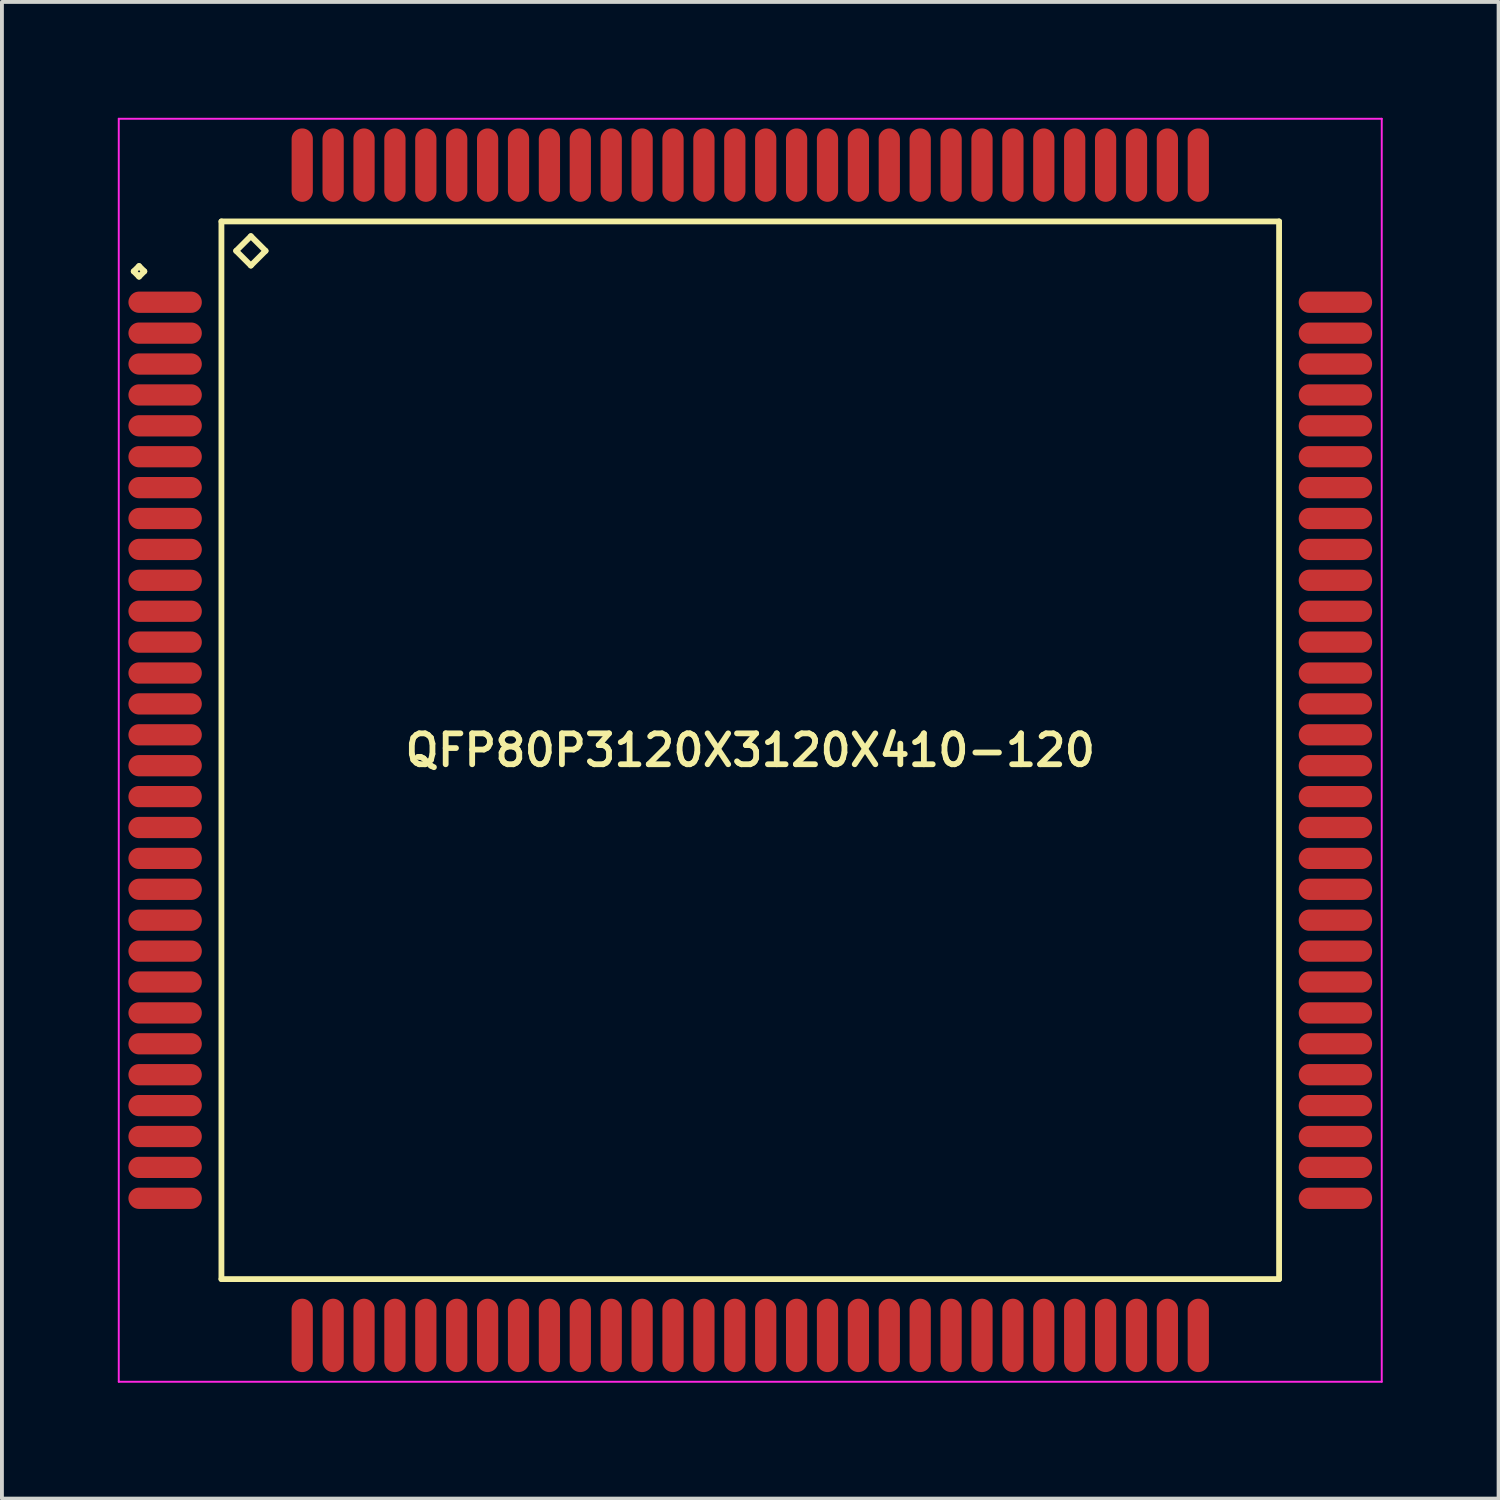
<source format=kicad_pcb>
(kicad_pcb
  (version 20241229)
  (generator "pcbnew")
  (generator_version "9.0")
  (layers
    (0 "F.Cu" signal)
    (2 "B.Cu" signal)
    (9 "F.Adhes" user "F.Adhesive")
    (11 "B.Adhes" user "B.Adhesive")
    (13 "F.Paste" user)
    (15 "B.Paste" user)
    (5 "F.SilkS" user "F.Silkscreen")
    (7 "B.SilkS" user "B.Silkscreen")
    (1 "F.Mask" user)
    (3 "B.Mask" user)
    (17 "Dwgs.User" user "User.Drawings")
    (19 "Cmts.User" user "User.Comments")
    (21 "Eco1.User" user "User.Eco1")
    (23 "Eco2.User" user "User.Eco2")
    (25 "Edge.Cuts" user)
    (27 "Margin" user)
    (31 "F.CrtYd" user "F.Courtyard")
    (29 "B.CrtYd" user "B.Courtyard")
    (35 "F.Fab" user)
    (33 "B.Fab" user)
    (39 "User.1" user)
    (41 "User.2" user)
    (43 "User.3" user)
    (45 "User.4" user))
  (footprint "QFP80P3120X3120X410-120"
    (layer "F.Cu")
    (at 16.375 16.375)
    (property "Reference" "QFP80P3120X3120X410-120" (at 0 0 0) (layer "F.SilkS") (effects (font (size 0.8 0.8) (thickness 0.15))))
    (attr smd)
    (fp_line (start -15.963 -12.4) (end -15.825 -12.537) (stroke (width 0.15) (type solid)) (layer "F.SilkS"))
    (fp_line (start -15.825 -12.537) (end -15.688 -12.4) (stroke (width 0.15) (type solid)) (layer "F.SilkS"))
    (fp_line (start -15.825 -12.262) (end -15.963 -12.4) (stroke (width 0.15) (type solid)) (layer "F.SilkS"))
    (fp_line (start -15.688 -12.4) (end -15.825 -12.262) (stroke (width 0.15) (type solid)) (layer "F.SilkS"))
    (fp_line (start -13.692 -13.692) (end -13.692 13.692) (stroke (width 0.15) (type solid)) (layer "F.SilkS"))
    (fp_line (start -13.692 13.692) (end 13.692 13.692) (stroke (width 0.15) (type solid)) (layer "F.SilkS"))
    (fp_line (start -13.311 -12.93) (end -12.93 -13.311) (stroke (width 0.15) (type solid)) (layer "F.SilkS"))
    (fp_line (start -12.93 -13.311) (end -12.549 -12.93) (stroke (width 0.15) (type solid)) (layer "F.SilkS"))
    (fp_line (start -12.93 -12.549) (end -13.311 -12.93) (stroke (width 0.15) (type solid)) (layer "F.SilkS"))
    (fp_line (start -12.549 -12.93) (end -12.93 -12.549) (stroke (width 0.15) (type solid)) (layer "F.SilkS"))
    (fp_line (start 13.692 -13.692) (end -13.692 -13.692) (stroke (width 0.15) (type solid)) (layer "F.SilkS"))
    (fp_line (start 13.692 13.692) (end 13.692 -13.692) (stroke (width 0.15) (type solid)) (layer "F.SilkS"))
    (fp_line (start -16.35 -16.35) (end 16.35 -16.35) (stroke (width 0.05) (type solid)) (layer "F.CrtYd"))
    (fp_line (start -16.35 16.35) (end -16.35 -16.35) (stroke (width 0.05) (type solid)) (layer "F.CrtYd"))
    (fp_line (start 16.35 -16.35) (end 16.35 16.35) (stroke (width 0.05) (type solid)) (layer "F.CrtYd"))
    (fp_line (start 16.35 16.35) (end -16.35 16.35) (stroke (width 0.05) (type solid)) (layer "F.CrtYd"))
    (pad "1" smd oval (at -15.15 -11.6) (size 1.9 0.55) (layers "F.Cu" "F.Mask" "F.Paste"))
    (pad "2" smd oval (at -15.15 -10.8) (size 1.9 0.55) (layers "F.Cu" "F.Mask" "F.Paste"))
    (pad "3" smd oval (at -15.15 -10) (size 1.9 0.55) (layers "F.Cu" "F.Mask" "F.Paste"))
    (pad "4" smd oval (at -15.15 -9.2) (size 1.9 0.55) (layers "F.Cu" "F.Mask" "F.Paste"))
    (pad "5" smd oval (at -15.15 -8.4) (size 1.9 0.55) (layers "F.Cu" "F.Mask" "F.Paste"))
    (pad "6" smd oval (at -15.15 -7.6) (size 1.9 0.55) (layers "F.Cu" "F.Mask" "F.Paste"))
    (pad "7" smd oval (at -15.15 -6.8) (size 1.9 0.55) (layers "F.Cu" "F.Mask" "F.Paste"))
    (pad "8" smd oval (at -15.15 -6) (size 1.9 0.55) (layers "F.Cu" "F.Mask" "F.Paste"))
    (pad "9" smd oval (at -15.15 -5.2) (size 1.9 0.55) (layers "F.Cu" "F.Mask" "F.Paste"))
    (pad "10" smd oval (at -15.15 -4.4) (size 1.9 0.55) (layers "F.Cu" "F.Mask" "F.Paste"))
    (pad "11" smd oval (at -15.15 -3.6) (size 1.9 0.55) (layers "F.Cu" "F.Mask" "F.Paste"))
    (pad "12" smd oval (at -15.15 -2.8) (size 1.9 0.55) (layers "F.Cu" "F.Mask" "F.Paste"))
    (pad "13" smd oval (at -15.15 -2) (size 1.9 0.55) (layers "F.Cu" "F.Mask" "F.Paste"))
    (pad "14" smd oval (at -15.15 -1.2) (size 1.9 0.55) (layers "F.Cu" "F.Mask" "F.Paste"))
    (pad "15" smd oval (at -15.15 -0.4) (size 1.9 0.55) (layers "F.Cu" "F.Mask" "F.Paste"))
    (pad "16" smd oval (at -15.15 0.4) (size 1.9 0.55) (layers "F.Cu" "F.Mask" "F.Paste"))
    (pad "17" smd oval (at -15.15 1.2) (size 1.9 0.55) (layers "F.Cu" "F.Mask" "F.Paste"))
    (pad "18" smd oval (at -15.15 2) (size 1.9 0.55) (layers "F.Cu" "F.Mask" "F.Paste"))
    (pad "19" smd oval (at -15.15 2.8) (size 1.9 0.55) (layers "F.Cu" "F.Mask" "F.Paste"))
    (pad "20" smd oval (at -15.15 3.6) (size 1.9 0.55) (layers "F.Cu" "F.Mask" "F.Paste"))
    (pad "21" smd oval (at -15.15 4.4) (size 1.9 0.55) (layers "F.Cu" "F.Mask" "F.Paste"))
    (pad "22" smd oval (at -15.15 5.2) (size 1.9 0.55) (layers "F.Cu" "F.Mask" "F.Paste"))
    (pad "23" smd oval (at -15.15 6) (size 1.9 0.55) (layers "F.Cu" "F.Mask" "F.Paste"))
    (pad "24" smd oval (at -15.15 6.8) (size 1.9 0.55) (layers "F.Cu" "F.Mask" "F.Paste"))
    (pad "25" smd oval (at -15.15 7.6) (size 1.9 0.55) (layers "F.Cu" "F.Mask" "F.Paste"))
    (pad "26" smd oval (at -15.15 8.4) (size 1.9 0.55) (layers "F.Cu" "F.Mask" "F.Paste"))
    (pad "27" smd oval (at -15.15 9.2) (size 1.9 0.55) (layers "F.Cu" "F.Mask" "F.Paste"))
    (pad "28" smd oval (at -15.15 10) (size 1.9 0.55) (layers "F.Cu" "F.Mask" "F.Paste"))
    (pad "29" smd oval (at -15.15 10.8) (size 1.9 0.55) (layers "F.Cu" "F.Mask" "F.Paste"))
    (pad "30" smd oval (at -15.15 11.6) (size 1.9 0.55) (layers "F.Cu" "F.Mask" "F.Paste"))
    (pad "31" smd oval (at -11.6 15.15) (size 0.55 1.9) (layers "F.Cu" "F.Mask" "F.Paste"))
    (pad "32" smd oval (at -10.8 15.15) (size 0.55 1.9) (layers "F.Cu" "F.Mask" "F.Paste"))
    (pad "33" smd oval (at -10 15.15) (size 0.55 1.9) (layers "F.Cu" "F.Mask" "F.Paste"))
    (pad "34" smd oval (at -9.2 15.15) (size 0.55 1.9) (layers "F.Cu" "F.Mask" "F.Paste"))
    (pad "35" smd oval (at -8.4 15.15) (size 0.55 1.9) (layers "F.Cu" "F.Mask" "F.Paste"))
    (pad "36" smd oval (at -7.6 15.15) (size 0.55 1.9) (layers "F.Cu" "F.Mask" "F.Paste"))
    (pad "37" smd oval (at -6.8 15.15) (size 0.55 1.9) (layers "F.Cu" "F.Mask" "F.Paste"))
    (pad "38" smd oval (at -6 15.15) (size 0.55 1.9) (layers "F.Cu" "F.Mask" "F.Paste"))
    (pad "39" smd oval (at -5.2 15.15) (size 0.55 1.9) (layers "F.Cu" "F.Mask" "F.Paste"))
    (pad "40" smd oval (at -4.4 15.15) (size 0.55 1.9) (layers "F.Cu" "F.Mask" "F.Paste"))
    (pad "41" smd oval (at -3.6 15.15) (size 0.55 1.9) (layers "F.Cu" "F.Mask" "F.Paste"))
    (pad "42" smd oval (at -2.8 15.15) (size 0.55 1.9) (layers "F.Cu" "F.Mask" "F.Paste"))
    (pad "43" smd oval (at -2 15.15) (size 0.55 1.9) (layers "F.Cu" "F.Mask" "F.Paste"))
    (pad "44" smd oval (at -1.2 15.15) (size 0.55 1.9) (layers "F.Cu" "F.Mask" "F.Paste"))
    (pad "45" smd oval (at -0.4 15.15) (size 0.55 1.9) (layers "F.Cu" "F.Mask" "F.Paste"))
    (pad "46" smd oval (at 0.4 15.15) (size 0.55 1.9) (layers "F.Cu" "F.Mask" "F.Paste"))
    (pad "47" smd oval (at 1.2 15.15) (size 0.55 1.9) (layers "F.Cu" "F.Mask" "F.Paste"))
    (pad "48" smd oval (at 2 15.15) (size 0.55 1.9) (layers "F.Cu" "F.Mask" "F.Paste"))
    (pad "49" smd oval (at 2.8 15.15) (size 0.55 1.9) (layers "F.Cu" "F.Mask" "F.Paste"))
    (pad "50" smd oval (at 3.6 15.15) (size 0.55 1.9) (layers "F.Cu" "F.Mask" "F.Paste"))
    (pad "51" smd oval (at 4.4 15.15) (size 0.55 1.9) (layers "F.Cu" "F.Mask" "F.Paste"))
    (pad "52" smd oval (at 5.2 15.15) (size 0.55 1.9) (layers "F.Cu" "F.Mask" "F.Paste"))
    (pad "53" smd oval (at 6 15.15) (size 0.55 1.9) (layers "F.Cu" "F.Mask" "F.Paste"))
    (pad "54" smd oval (at 6.8 15.15) (size 0.55 1.9) (layers "F.Cu" "F.Mask" "F.Paste"))
    (pad "55" smd oval (at 7.6 15.15) (size 0.55 1.9) (layers "F.Cu" "F.Mask" "F.Paste"))
    (pad "56" smd oval (at 8.4 15.15) (size 0.55 1.9) (layers "F.Cu" "F.Mask" "F.Paste"))
    (pad "57" smd oval (at 9.2 15.15) (size 0.55 1.9) (layers "F.Cu" "F.Mask" "F.Paste"))
    (pad "58" smd oval (at 10 15.15) (size 0.55 1.9) (layers "F.Cu" "F.Mask" "F.Paste"))
    (pad "59" smd oval (at 10.8 15.15) (size 0.55 1.9) (layers "F.Cu" "F.Mask" "F.Paste"))
    (pad "60" smd oval (at 11.6 15.15) (size 0.55 1.9) (layers "F.Cu" "F.Mask" "F.Paste"))
    (pad "61" smd oval (at 15.15 11.6) (size 1.9 0.55) (layers "F.Cu" "F.Mask" "F.Paste"))
    (pad "62" smd oval (at 15.15 10.8) (size 1.9 0.55) (layers "F.Cu" "F.Mask" "F.Paste"))
    (pad "63" smd oval (at 15.15 10) (size 1.9 0.55) (layers "F.Cu" "F.Mask" "F.Paste"))
    (pad "64" smd oval (at 15.15 9.2) (size 1.9 0.55) (layers "F.Cu" "F.Mask" "F.Paste"))
    (pad "65" smd oval (at 15.15 8.4) (size 1.9 0.55) (layers "F.Cu" "F.Mask" "F.Paste"))
    (pad "66" smd oval (at 15.15 7.6) (size 1.9 0.55) (layers "F.Cu" "F.Mask" "F.Paste"))
    (pad "67" smd oval (at 15.15 6.8) (size 1.9 0.55) (layers "F.Cu" "F.Mask" "F.Paste"))
    (pad "68" smd oval (at 15.15 6) (size 1.9 0.55) (layers "F.Cu" "F.Mask" "F.Paste"))
    (pad "69" smd oval (at 15.15 5.2) (size 1.9 0.55) (layers "F.Cu" "F.Mask" "F.Paste"))
    (pad "70" smd oval (at 15.15 4.4) (size 1.9 0.55) (layers "F.Cu" "F.Mask" "F.Paste"))
    (pad "71" smd oval (at 15.15 3.6) (size 1.9 0.55) (layers "F.Cu" "F.Mask" "F.Paste"))
    (pad "72" smd oval (at 15.15 2.8) (size 1.9 0.55) (layers "F.Cu" "F.Mask" "F.Paste"))
    (pad "73" smd oval (at 15.15 2) (size 1.9 0.55) (layers "F.Cu" "F.Mask" "F.Paste"))
    (pad "74" smd oval (at 15.15 1.2) (size 1.9 0.55) (layers "F.Cu" "F.Mask" "F.Paste"))
    (pad "75" smd oval (at 15.15 0.4) (size 1.9 0.55) (layers "F.Cu" "F.Mask" "F.Paste"))
    (pad "76" smd oval (at 15.15 -0.4) (size 1.9 0.55) (layers "F.Cu" "F.Mask" "F.Paste"))
    (pad "77" smd oval (at 15.15 -1.2) (size 1.9 0.55) (layers "F.Cu" "F.Mask" "F.Paste"))
    (pad "78" smd oval (at 15.15 -2) (size 1.9 0.55) (layers "F.Cu" "F.Mask" "F.Paste"))
    (pad "79" smd oval (at 15.15 -2.8) (size 1.9 0.55) (layers "F.Cu" "F.Mask" "F.Paste"))
    (pad "80" smd oval (at 15.15 -3.6) (size 1.9 0.55) (layers "F.Cu" "F.Mask" "F.Paste"))
    (pad "81" smd oval (at 15.15 -4.4) (size 1.9 0.55) (layers "F.Cu" "F.Mask" "F.Paste"))
    (pad "82" smd oval (at 15.15 -5.2) (size 1.9 0.55) (layers "F.Cu" "F.Mask" "F.Paste"))
    (pad "83" smd oval (at 15.15 -6) (size 1.9 0.55) (layers "F.Cu" "F.Mask" "F.Paste"))
    (pad "84" smd oval (at 15.15 -6.8) (size 1.9 0.55) (layers "F.Cu" "F.Mask" "F.Paste"))
    (pad "85" smd oval (at 15.15 -7.6) (size 1.9 0.55) (layers "F.Cu" "F.Mask" "F.Paste"))
    (pad "86" smd oval (at 15.15 -8.4) (size 1.9 0.55) (layers "F.Cu" "F.Mask" "F.Paste"))
    (pad "87" smd oval (at 15.15 -9.2) (size 1.9 0.55) (layers "F.Cu" "F.Mask" "F.Paste"))
    (pad "88" smd oval (at 15.15 -10) (size 1.9 0.55) (layers "F.Cu" "F.Mask" "F.Paste"))
    (pad "89" smd oval (at 15.15 -10.8) (size 1.9 0.55) (layers "F.Cu" "F.Mask" "F.Paste"))
    (pad "90" smd oval (at 15.15 -11.6) (size 1.9 0.55) (layers "F.Cu" "F.Mask" "F.Paste"))
    (pad "91" smd oval (at 11.6 -15.15) (size 0.55 1.9) (layers "F.Cu" "F.Mask" "F.Paste"))
    (pad "92" smd oval (at 10.8 -15.15) (size 0.55 1.9) (layers "F.Cu" "F.Mask" "F.Paste"))
    (pad "93" smd oval (at 10 -15.15) (size 0.55 1.9) (layers "F.Cu" "F.Mask" "F.Paste"))
    (pad "94" smd oval (at 9.2 -15.15) (size 0.55 1.9) (layers "F.Cu" "F.Mask" "F.Paste"))
    (pad "95" smd oval (at 8.4 -15.15) (size 0.55 1.9) (layers "F.Cu" "F.Mask" "F.Paste"))
    (pad "96" smd oval (at 7.6 -15.15) (size 0.55 1.9) (layers "F.Cu" "F.Mask" "F.Paste"))
    (pad "97" smd oval (at 6.8 -15.15) (size 0.55 1.9) (layers "F.Cu" "F.Mask" "F.Paste"))
    (pad "98" smd oval (at 6 -15.15) (size 0.55 1.9) (layers "F.Cu" "F.Mask" "F.Paste"))
    (pad "99" smd oval (at 5.2 -15.15) (size 0.55 1.9) (layers "F.Cu" "F.Mask" "F.Paste"))
    (pad "100" smd oval (at 4.4 -15.15) (size 0.55 1.9) (layers "F.Cu" "F.Mask" "F.Paste"))
    (pad "101" smd oval (at 3.6 -15.15) (size 0.55 1.9) (layers "F.Cu" "F.Mask" "F.Paste"))
    (pad "102" smd oval (at 2.8 -15.15) (size 0.55 1.9) (layers "F.Cu" "F.Mask" "F.Paste"))
    (pad "103" smd oval (at 2 -15.15) (size 0.55 1.9) (layers "F.Cu" "F.Mask" "F.Paste"))
    (pad "104" smd oval (at 1.2 -15.15) (size 0.55 1.9) (layers "F.Cu" "F.Mask" "F.Paste"))
    (pad "105" smd oval (at 0.4 -15.15) (size 0.55 1.9) (layers "F.Cu" "F.Mask" "F.Paste"))
    (pad "106" smd oval (at -0.4 -15.15) (size 0.55 1.9) (layers "F.Cu" "F.Mask" "F.Paste"))
    (pad "107" smd oval (at -1.2 -15.15) (size 0.55 1.9) (layers "F.Cu" "F.Mask" "F.Paste"))
    (pad "108" smd oval (at -2 -15.15) (size 0.55 1.9) (layers "F.Cu" "F.Mask" "F.Paste"))
    (pad "109" smd oval (at -2.8 -15.15) (size 0.55 1.9) (layers "F.Cu" "F.Mask" "F.Paste"))
    (pad "110" smd oval (at -3.6 -15.15) (size 0.55 1.9) (layers "F.Cu" "F.Mask" "F.Paste"))
    (pad "111" smd oval (at -4.4 -15.15) (size 0.55 1.9) (layers "F.Cu" "F.Mask" "F.Paste"))
    (pad "112" smd oval (at -5.2 -15.15) (size 0.55 1.9) (layers "F.Cu" "F.Mask" "F.Paste"))
    (pad "113" smd oval (at -6 -15.15) (size 0.55 1.9) (layers "F.Cu" "F.Mask" "F.Paste"))
    (pad "114" smd oval (at -6.8 -15.15) (size 0.55 1.9) (layers "F.Cu" "F.Mask" "F.Paste"))
    (pad "115" smd oval (at -7.6 -15.15) (size 0.55 1.9) (layers "F.Cu" "F.Mask" "F.Paste"))
    (pad "116" smd oval (at -8.4 -15.15) (size 0.55 1.9) (layers "F.Cu" "F.Mask" "F.Paste"))
    (pad "117" smd oval (at -9.2 -15.15) (size 0.55 1.9) (layers "F.Cu" "F.Mask" "F.Paste"))
    (pad "118" smd oval (at -10 -15.15) (size 0.55 1.9) (layers "F.Cu" "F.Mask" "F.Paste"))
    (pad "119" smd oval (at -10.8 -15.15) (size 0.55 1.9) (layers "F.Cu" "F.Mask" "F.Paste"))
    (pad "120" smd oval (at -11.6 -15.15) (size 0.55 1.9) (layers "F.Cu" "F.Mask" "F.Paste")))
  (gr_rect
    (start -3 -3)
    (end 35.75 35.75)
    (stroke (width 0.1) (type default))
    (fill no)
    (layer "Edge.Cuts")))
</source>
